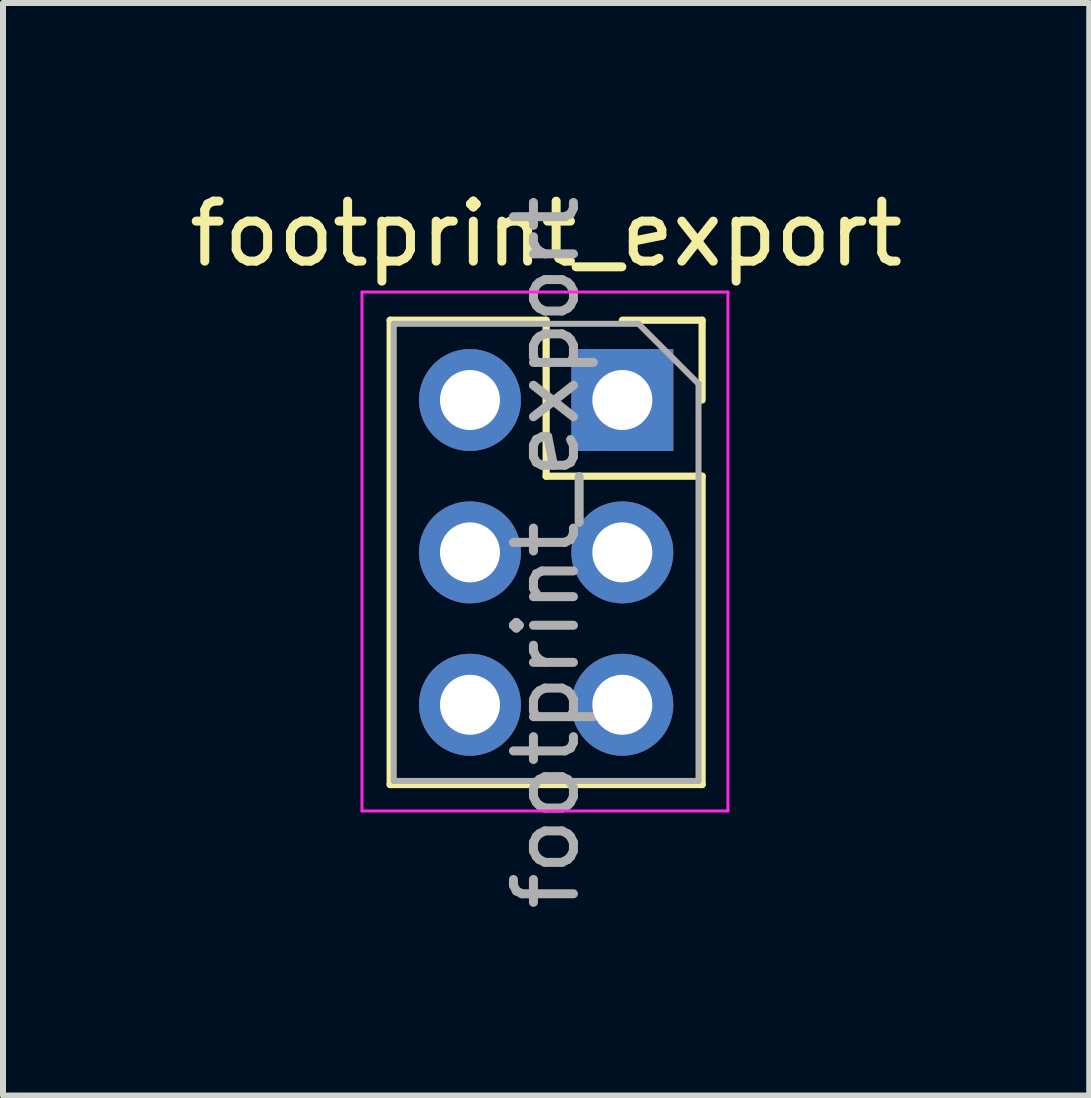
<source format=kicad_pcb>
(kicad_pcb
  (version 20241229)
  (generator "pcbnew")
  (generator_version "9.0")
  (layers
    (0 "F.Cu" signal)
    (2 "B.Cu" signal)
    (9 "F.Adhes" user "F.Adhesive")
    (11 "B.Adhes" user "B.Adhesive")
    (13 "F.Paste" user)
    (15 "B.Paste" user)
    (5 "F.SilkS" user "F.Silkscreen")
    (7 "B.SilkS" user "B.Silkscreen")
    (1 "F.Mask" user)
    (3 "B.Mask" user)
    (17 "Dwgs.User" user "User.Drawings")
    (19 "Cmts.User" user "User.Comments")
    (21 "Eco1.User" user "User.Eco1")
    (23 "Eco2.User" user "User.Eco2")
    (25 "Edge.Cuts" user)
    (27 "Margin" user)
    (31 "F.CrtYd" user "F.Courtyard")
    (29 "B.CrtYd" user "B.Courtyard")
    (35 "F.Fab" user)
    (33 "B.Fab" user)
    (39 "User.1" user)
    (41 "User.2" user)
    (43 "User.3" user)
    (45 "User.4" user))
  (footprint "footprint_export"
    (layer "F.Cu")
    (at 7.324 3.618)
    (property "Reference" "footprint_export" (at -1.27 -2.77 0) (layer "F.SilkS") (effects (font (size 1 1) (thickness 0.15))))
    (attr through_hole)
    (fp_line (start -3.87 -1.33) (end -3.87 6.41) (stroke (width 0.12) (type solid)) (layer "F.SilkS"))
    (fp_line (start -3.87 -1.33) (end -1.27 -1.33) (stroke (width 0.12) (type solid)) (layer "F.SilkS"))
    (fp_line (start -3.87 6.41) (end 1.33 6.41) (stroke (width 0.12) (type solid)) (layer "F.SilkS"))
    (fp_line (start -1.27 -1.33) (end -1.27 1.27) (stroke (width 0.12) (type solid)) (layer "F.SilkS"))
    (fp_line (start -1.27 1.27) (end 1.33 1.27) (stroke (width 0.12) (type solid)) (layer "F.SilkS"))
    (fp_line (start 0 -1.33) (end 1.33 -1.33) (stroke (width 0.12) (type solid)) (layer "F.SilkS"))
    (fp_line (start 1.33 -1.33) (end 1.33 0) (stroke (width 0.12) (type solid)) (layer "F.SilkS"))
    (fp_line (start 1.33 1.27) (end 1.33 6.41) (stroke (width 0.12) (type solid)) (layer "F.SilkS"))
    (fp_line (start -4.34 -1.8) (end 1.76 -1.8) (stroke (width 0.05) (type solid)) (layer "F.CrtYd"))
    (fp_line (start -4.34 6.85) (end -4.34 -1.8) (stroke (width 0.05) (type solid)) (layer "F.CrtYd"))
    (fp_line (start 1.76 -1.8) (end 1.76 6.85) (stroke (width 0.05) (type solid)) (layer "F.CrtYd"))
    (fp_line (start 1.76 6.85) (end -4.34 6.85) (stroke (width 0.05) (type solid)) (layer "F.CrtYd"))
    (fp_line (start -3.81 -1.27) (end 0.27 -1.27) (stroke (width 0.1) (type solid)) (layer "F.Fab"))
    (fp_line (start -3.81 6.35) (end -3.81 -1.27) (stroke (width 0.1) (type solid)) (layer "F.Fab"))
    (fp_line (start 0.27 -1.27) (end 1.27 -0.27) (stroke (width 0.1) (type solid)) (layer "F.Fab"))
    (fp_line (start 1.27 -0.27) (end 1.27 6.35) (stroke (width 0.1) (type solid)) (layer "F.Fab"))
    (fp_line (start 1.27 6.35) (end -3.81 6.35) (stroke (width 0.1) (type solid)) (layer "F.Fab"))
    (fp_text user "${REFERENCE}" (at -1.27 2.54 90) (layer "F.Fab") (effects (font (size 1 1) (thickness 0.15))))
    (pad "1" thru_hole rect (at 0 0) (size 1.7 1.7) (drill 1) (layers "*.Cu" "*.Mask"))
    (pad "2" thru_hole oval (at -2.54 0) (size 1.7 1.7) (drill 1) (layers "*.Cu" "*.Mask"))
    (pad "3" thru_hole oval (at 0 2.54) (size 1.7 1.7) (drill 1) (layers "*.Cu" "*.Mask"))
    (pad "4" thru_hole oval (at -2.54 2.54) (size 1.7 1.7) (drill 1) (layers "*.Cu" "*.Mask"))
    (pad "5" thru_hole oval (at 0 5.08) (size 1.7 1.7) (drill 1) (layers "*.Cu" "*.Mask"))
    (pad "6" thru_hole oval (at -2.54 5.08) (size 1.7 1.7) (drill 1) (layers "*.Cu" "*.Mask")))
  (gr_rect
    (start -3 -3)
    (end 15.107 15.212)
    (stroke (width 0.1) (type default))
    (fill no)
    (layer "Edge.Cuts")))
</source>
